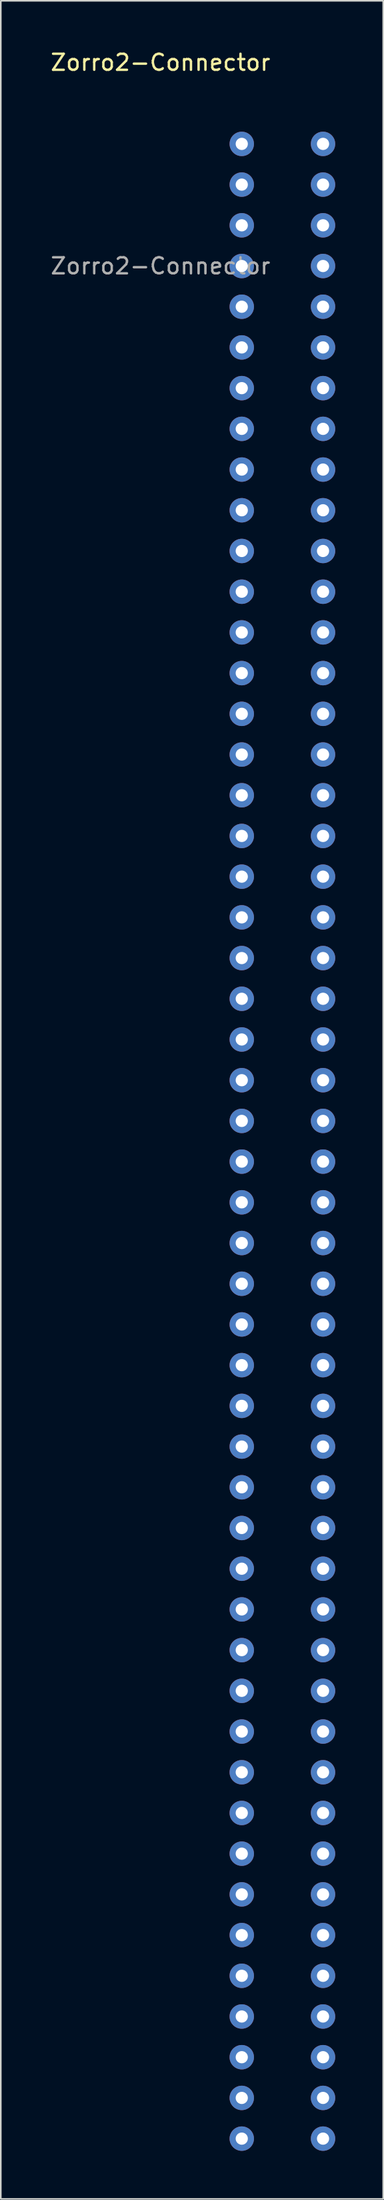
<source format=kicad_pcb>
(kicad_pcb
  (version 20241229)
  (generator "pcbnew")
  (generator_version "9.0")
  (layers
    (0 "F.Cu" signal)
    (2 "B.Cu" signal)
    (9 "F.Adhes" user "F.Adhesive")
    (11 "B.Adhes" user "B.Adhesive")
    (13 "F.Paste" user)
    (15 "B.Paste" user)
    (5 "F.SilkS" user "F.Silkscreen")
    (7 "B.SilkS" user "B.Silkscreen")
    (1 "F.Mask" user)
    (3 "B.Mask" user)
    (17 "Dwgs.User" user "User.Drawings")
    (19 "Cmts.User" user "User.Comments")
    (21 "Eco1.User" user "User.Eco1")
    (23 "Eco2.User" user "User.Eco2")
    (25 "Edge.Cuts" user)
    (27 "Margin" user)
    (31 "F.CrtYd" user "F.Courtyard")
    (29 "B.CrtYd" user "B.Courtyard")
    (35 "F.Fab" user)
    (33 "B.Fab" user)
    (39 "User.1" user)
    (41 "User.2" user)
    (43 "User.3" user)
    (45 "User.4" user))
  (footprint "Zorro2-Connector"
    (layer "F.Cu")
    (at 14.602 16.088)
    (property "Reference" "Zorro2-Connector" (at -7.62 -15.24 0) (unlocked yes) (layer "F.SilkS") (effects (font (size 1 1) (thickness 0.15))))
    (attr through_hole)
    (fp_text user "${REFERENCE}" (at -7.62 -2.54 0) (unlocked yes) (layer "F.Fab") (effects (font (size 1 1) (thickness 0.15))))
    (pad "1" thru_hole circle (at -2.54 -10.16) (size 1.524 1.524) (drill 0.762) (layers "*.Cu" "*.Mask"))
    (pad "2" thru_hole circle (at 2.54 -10.16) (size 1.524 1.524) (drill 0.762) (layers "*.Cu" "*.Mask"))
    (pad "3" thru_hole circle (at -2.54 -7.62) (size 1.524 1.524) (drill 0.762) (layers "*.Cu" "*.Mask"))
    (pad "4" thru_hole circle (at 2.54 -7.62) (size 1.524 1.524) (drill 0.762) (layers "*.Cu" "*.Mask"))
    (pad "5" thru_hole circle (at -2.54 -5.08) (size 1.524 1.524) (drill 0.762) (layers "*.Cu" "*.Mask"))
    (pad "6" thru_hole circle (at 2.54 -5.08) (size 1.524 1.524) (drill 0.762) (layers "*.Cu" "*.Mask"))
    (pad "7" thru_hole circle (at -2.54 -2.54) (size 1.524 1.524) (drill 0.762) (layers "*.Cu" "*.Mask"))
    (pad "8" thru_hole circle (at 2.54 -2.54) (size 1.524 1.524) (drill 0.762) (layers "*.Cu" "*.Mask"))
    (pad "9" thru_hole circle (at -2.54 0) (size 1.524 1.524) (drill 0.762) (layers "*.Cu" "*.Mask"))
    (pad "10" thru_hole circle (at 2.54 0) (size 1.524 1.524) (drill 0.762) (layers "*.Cu" "*.Mask"))
    (pad "11" thru_hole circle (at -2.54 2.54) (size 1.524 1.524) (drill 0.762) (layers "*.Cu" "*.Mask"))
    (pad "12" thru_hole circle (at 2.54 2.54) (size 1.524 1.524) (drill 0.762) (layers "*.Cu" "*.Mask"))
    (pad "13" thru_hole circle (at -2.54 5.08) (size 1.524 1.524) (drill 0.762) (layers "*.Cu" "*.Mask"))
    (pad "14" thru_hole circle (at 2.54 5.08) (size 1.524 1.524) (drill 0.762) (layers "*.Cu" "*.Mask"))
    (pad "15" thru_hole circle (at -2.54 7.62) (size 1.524 1.524) (drill 0.762) (layers "*.Cu" "*.Mask"))
    (pad "16" thru_hole circle (at 2.54 7.62) (size 1.524 1.524) (drill 0.762) (layers "*.Cu" "*.Mask"))
    (pad "17" thru_hole circle (at -2.54 10.16) (size 1.524 1.524) (drill 0.762) (layers "*.Cu" "*.Mask"))
    (pad "18" thru_hole circle (at 2.54 10.16) (size 1.524 1.524) (drill 0.762) (layers "*.Cu" "*.Mask"))
    (pad "19" thru_hole circle (at -2.54 12.7) (size 1.524 1.524) (drill 0.762) (layers "*.Cu" "*.Mask"))
    (pad "20" thru_hole circle (at 2.54 12.7) (size 1.524 1.524) (drill 0.762) (layers "*.Cu" "*.Mask"))
    (pad "21" thru_hole circle (at -2.54 15.24) (size 1.524 1.524) (drill 0.762) (layers "*.Cu" "*.Mask"))
    (pad "22" thru_hole circle (at 2.54 15.24) (size 1.524 1.524) (drill 0.762) (layers "*.Cu" "*.Mask"))
    (pad "23" thru_hole circle (at -2.54 17.78) (size 1.524 1.524) (drill 0.762) (layers "*.Cu" "*.Mask"))
    (pad "24" thru_hole circle (at 2.54 17.78) (size 1.524 1.524) (drill 0.762) (layers "*.Cu" "*.Mask"))
    (pad "25" thru_hole circle (at -2.54 20.32) (size 1.524 1.524) (drill 0.762) (layers "*.Cu" "*.Mask"))
    (pad "26" thru_hole circle (at 2.54 20.32) (size 1.524 1.524) (drill 0.762) (layers "*.Cu" "*.Mask"))
    (pad "27" thru_hole circle (at -2.54 22.86) (size 1.524 1.524) (drill 0.762) (layers "*.Cu" "*.Mask"))
    (pad "28" thru_hole circle (at 2.54 22.86) (size 1.524 1.524) (drill 0.762) (layers "*.Cu" "*.Mask"))
    (pad "29" thru_hole circle (at -2.54 25.4) (size 1.524 1.524) (drill 0.762) (layers "*.Cu" "*.Mask"))
    (pad "30" thru_hole circle (at 2.54 25.4) (size 1.524 1.524) (drill 0.762) (layers "*.Cu" "*.Mask"))
    (pad "31" thru_hole circle (at -2.54 27.94) (size 1.524 1.524) (drill 0.762) (layers "*.Cu" "*.Mask"))
    (pad "32" thru_hole circle (at 2.54 27.94) (size 1.524 1.524) (drill 0.762) (layers "*.Cu" "*.Mask"))
    (pad "33" thru_hole circle (at -2.54 30.48) (size 1.524 1.524) (drill 0.762) (layers "*.Cu" "*.Mask"))
    (pad "34" thru_hole circle (at 2.54 30.48) (size 1.524 1.524) (drill 0.762) (layers "*.Cu" "*.Mask"))
    (pad "35" thru_hole circle (at -2.54 33.02) (size 1.524 1.524) (drill 0.762) (layers "*.Cu" "*.Mask"))
    (pad "36" thru_hole circle (at 2.54 33.02) (size 1.524 1.524) (drill 0.762) (layers "*.Cu" "*.Mask"))
    (pad "37" thru_hole circle (at -2.54 35.56) (size 1.524 1.524) (drill 0.762) (layers "*.Cu" "*.Mask"))
    (pad "38" thru_hole circle (at 2.54 35.56) (size 1.524 1.524) (drill 0.762) (layers "*.Cu" "*.Mask"))
    (pad "39" thru_hole circle (at -2.54 38.1) (size 1.524 1.524) (drill 0.762) (layers "*.Cu" "*.Mask"))
    (pad "40" thru_hole circle (at 2.54 38.1) (size 1.524 1.524) (drill 0.762) (layers "*.Cu" "*.Mask"))
    (pad "41" thru_hole circle (at -2.54 40.64) (size 1.524 1.524) (drill 0.762) (layers "*.Cu" "*.Mask"))
    (pad "42" thru_hole circle (at 2.54 40.64) (size 1.524 1.524) (drill 0.762) (layers "*.Cu" "*.Mask"))
    (pad "43" thru_hole circle (at -2.54 43.18) (size 1.524 1.524) (drill 0.762) (layers "*.Cu" "*.Mask"))
    (pad "44" thru_hole circle (at 2.54 43.18) (size 1.524 1.524) (drill 0.762) (layers "*.Cu" "*.Mask"))
    (pad "45" thru_hole circle (at -2.54 45.72) (size 1.524 1.524) (drill 0.762) (layers "*.Cu" "*.Mask"))
    (pad "46" thru_hole circle (at 2.54 45.72) (size 1.524 1.524) (drill 0.762) (layers "*.Cu" "*.Mask"))
    (pad "47" thru_hole circle (at -2.54 48.26) (size 1.524 1.524) (drill 0.762) (layers "*.Cu" "*.Mask"))
    (pad "48" thru_hole circle (at 2.54 48.26) (size 1.524 1.524) (drill 0.762) (layers "*.Cu" "*.Mask"))
    (pad "49" thru_hole circle (at -2.54 50.8) (size 1.524 1.524) (drill 0.762) (layers "*.Cu" "*.Mask"))
    (pad "50" thru_hole circle (at 2.54 50.8) (size 1.524 1.524) (drill 0.762) (layers "*.Cu" "*.Mask"))
    (pad "51" thru_hole circle (at -2.54 53.34) (size 1.524 1.524) (drill 0.762) (layers "*.Cu" "*.Mask"))
    (pad "52" thru_hole circle (at 2.54 53.34) (size 1.524 1.524) (drill 0.762) (layers "*.Cu" "*.Mask"))
    (pad "53" thru_hole circle (at -2.54 55.88) (size 1.524 1.524) (drill 0.762) (layers "*.Cu" "*.Mask"))
    (pad "54" thru_hole circle (at 2.54 55.88) (size 1.524 1.524) (drill 0.762) (layers "*.Cu" "*.Mask"))
    (pad "55" thru_hole circle (at -2.54 58.42) (size 1.524 1.524) (drill 0.762) (layers "*.Cu" "*.Mask"))
    (pad "56" thru_hole circle (at 2.54 58.42) (size 1.524 1.524) (drill 0.762) (layers "*.Cu" "*.Mask"))
    (pad "57" thru_hole circle (at -2.54 60.96) (size 1.524 1.524) (drill 0.762) (layers "*.Cu" "*.Mask"))
    (pad "58" thru_hole circle (at 2.54 60.96) (size 1.524 1.524) (drill 0.762) (layers "*.Cu" "*.Mask"))
    (pad "59" thru_hole circle (at -2.54 63.5) (size 1.524 1.524) (drill 0.762) (layers "*.Cu" "*.Mask"))
    (pad "60" thru_hole circle (at 2.54 63.5) (size 1.524 1.524) (drill 0.762) (layers "*.Cu" "*.Mask"))
    (pad "61" thru_hole circle (at -2.54 66.04) (size 1.524 1.524) (drill 0.762) (layers "*.Cu" "*.Mask"))
    (pad "62" thru_hole circle (at 2.54 66.04) (size 1.524 1.524) (drill 0.762) (layers "*.Cu" "*.Mask"))
    (pad "63" thru_hole circle (at -2.54 68.58) (size 1.524 1.524) (drill 0.762) (layers "*.Cu" "*.Mask"))
    (pad "64" thru_hole circle (at 2.54 68.58) (size 1.524 1.524) (drill 0.762) (layers "*.Cu" "*.Mask"))
    (pad "65" thru_hole circle (at -2.54 71.12) (size 1.524 1.524) (drill 0.762) (layers "*.Cu" "*.Mask"))
    (pad "66" thru_hole circle (at 2.54 71.12) (size 1.524 1.524) (drill 0.762) (layers "*.Cu" "*.Mask"))
    (pad "67" thru_hole circle (at -2.54 73.66) (size 1.524 1.524) (drill 0.762) (layers "*.Cu" "*.Mask"))
    (pad "68" thru_hole circle (at 2.54 73.66) (size 1.524 1.524) (drill 0.762) (layers "*.Cu" "*.Mask"))
    (pad "69" thru_hole circle (at -2.54 76.2) (size 1.524 1.524) (drill 0.762) (layers "*.Cu" "*.Mask"))
    (pad "70" thru_hole circle (at 2.54 76.2) (size 1.524 1.524) (drill 0.762) (layers "*.Cu" "*.Mask"))
    (pad "71" thru_hole circle (at -2.54 78.74) (size 1.524 1.524) (drill 0.762) (layers "*.Cu" "*.Mask"))
    (pad "72" thru_hole circle (at 2.54 78.74) (size 1.524 1.524) (drill 0.762) (layers "*.Cu" "*.Mask"))
    (pad "73" thru_hole circle (at -2.54 81.28) (size 1.524 1.524) (drill 0.762) (layers "*.Cu" "*.Mask"))
    (pad "74" thru_hole circle (at 2.54 81.28) (size 1.524 1.524) (drill 0.762) (layers "*.Cu" "*.Mask"))
    (pad "75" thru_hole circle (at -2.54 83.82) (size 1.524 1.524) (drill 0.762) (layers "*.Cu" "*.Mask"))
    (pad "76" thru_hole circle (at 2.54 83.82) (size 1.524 1.524) (drill 0.762) (layers "*.Cu" "*.Mask"))
    (pad "77" thru_hole circle (at -2.54 86.36) (size 1.524 1.524) (drill 0.762) (layers "*.Cu" "*.Mask"))
    (pad "78" thru_hole circle (at 2.54 86.36) (size 1.524 1.524) (drill 0.762) (layers "*.Cu" "*.Mask"))
    (pad "79" thru_hole circle (at -2.54 88.9) (size 1.524 1.524) (drill 0.762) (layers "*.Cu" "*.Mask"))
    (pad "80" thru_hole circle (at 2.54 88.9) (size 1.524 1.524) (drill 0.762) (layers "*.Cu" "*.Mask"))
    (pad "81" thru_hole circle (at -2.54 91.44) (size 1.524 1.524) (drill 0.762) (layers "*.Cu" "*.Mask"))
    (pad "82" thru_hole circle (at 2.54 91.44) (size 1.524 1.524) (drill 0.762) (layers "*.Cu" "*.Mask"))
    (pad "83" thru_hole circle (at -2.54 93.98) (size 1.524 1.524) (drill 0.762) (layers "*.Cu" "*.Mask"))
    (pad "84" thru_hole circle (at 2.54 93.98) (size 1.524 1.524) (drill 0.762) (layers "*.Cu" "*.Mask"))
    (pad "85" thru_hole circle (at -2.54 96.52) (size 1.524 1.524) (drill 0.762) (layers "*.Cu" "*.Mask"))
    (pad "86" thru_hole circle (at 2.54 96.52) (size 1.524 1.524) (drill 0.762) (layers "*.Cu" "*.Mask"))
    (pad "87" thru_hole circle (at -2.54 99.06) (size 1.524 1.524) (drill 0.762) (layers "*.Cu" "*.Mask"))
    (pad "88" thru_hole circle (at 2.54 99.06) (size 1.524 1.524) (drill 0.762) (layers "*.Cu" "*.Mask"))
    (pad "89" thru_hole circle (at -2.54 101.6) (size 1.524 1.524) (drill 0.762) (layers "*.Cu" "*.Mask"))
    (pad "90" thru_hole circle (at 2.54 101.6) (size 1.524 1.524) (drill 0.762) (layers "*.Cu" "*.Mask"))
    (pad "91" thru_hole circle (at -2.54 104.14) (size 1.524 1.524) (drill 0.762) (layers "*.Cu" "*.Mask"))
    (pad "92" thru_hole circle (at 2.54 104.14) (size 1.524 1.524) (drill 0.762) (layers "*.Cu" "*.Mask"))
    (pad "93" thru_hole circle (at -2.54 106.68) (size 1.524 1.524) (drill 0.762) (layers "*.Cu" "*.Mask"))
    (pad "94" thru_hole circle (at 2.54 106.68) (size 1.524 1.524) (drill 0.762) (layers "*.Cu" "*.Mask"))
    (pad "95" thru_hole circle (at -2.54 109.22) (size 1.524 1.524) (drill 0.762) (layers "*.Cu" "*.Mask"))
    (pad "96" thru_hole circle (at 2.54 109.22) (size 1.524 1.524) (drill 0.762) (layers "*.Cu" "*.Mask"))
    (pad "97" thru_hole circle (at -2.54 111.76) (size 1.524 1.524) (drill 0.762) (layers "*.Cu" "*.Mask"))
    (pad "98" thru_hole circle (at 2.54 111.76) (size 1.524 1.524) (drill 0.762) (layers "*.Cu" "*.Mask"))
    (pad "99" thru_hole circle (at -2.54 114.3) (size 1.524 1.524) (drill 0.762) (layers "*.Cu" "*.Mask"))
    (pad "100" thru_hole circle (at 2.54 114.3) (size 1.524 1.524) (drill 0.762) (layers "*.Cu" "*.Mask")))
  (gr_rect
    (start -3 -3)
    (end 20.904 134.15)
    (stroke (width 0.1) (type default))
    (fill no)
    (layer "Edge.Cuts")))
</source>
